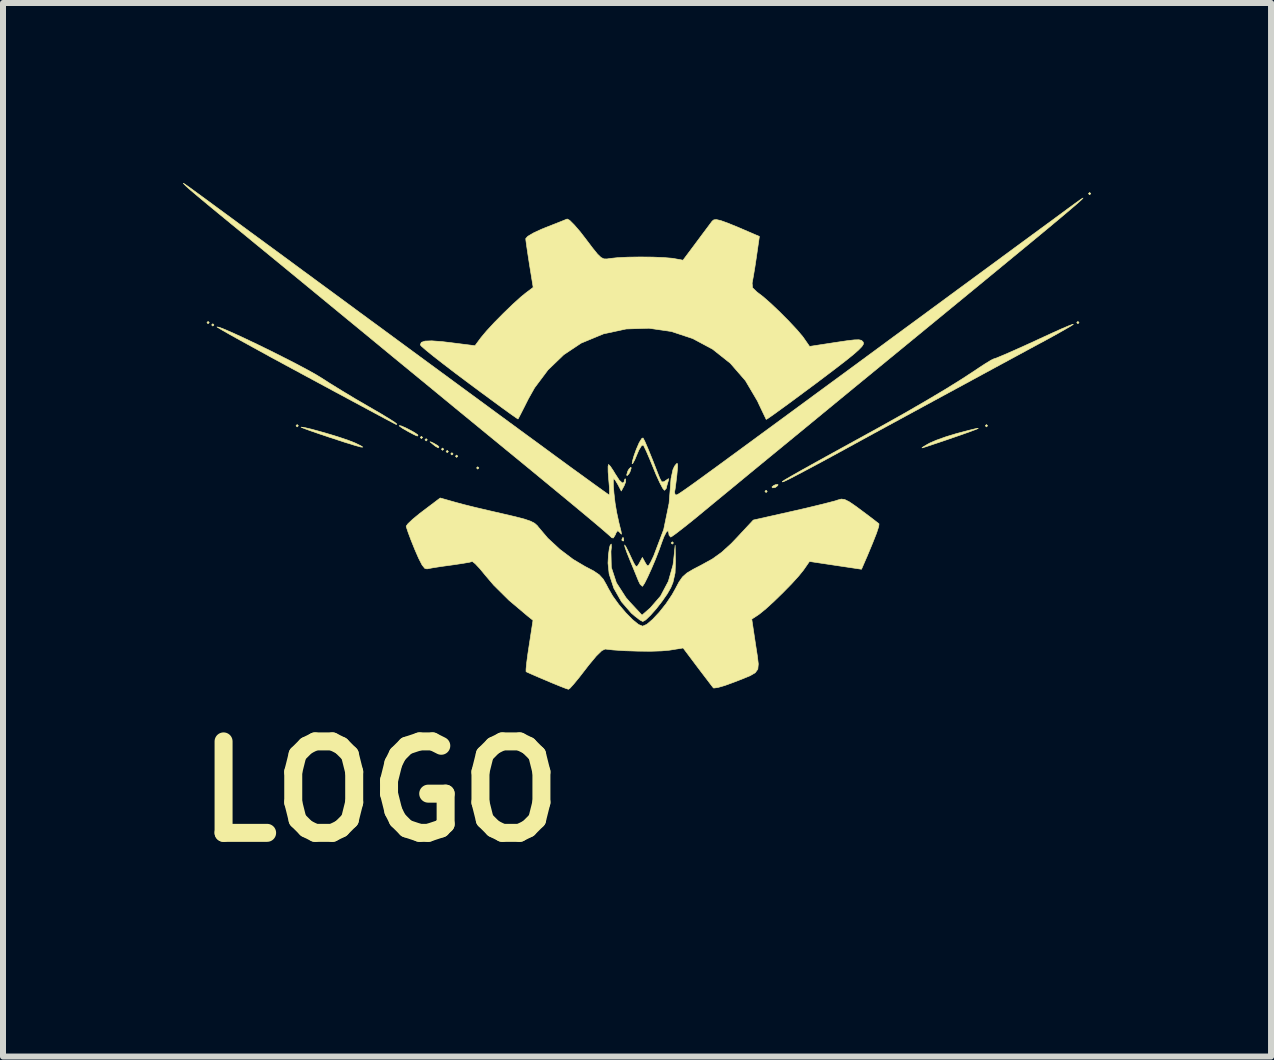
<source format=kicad_pcb>
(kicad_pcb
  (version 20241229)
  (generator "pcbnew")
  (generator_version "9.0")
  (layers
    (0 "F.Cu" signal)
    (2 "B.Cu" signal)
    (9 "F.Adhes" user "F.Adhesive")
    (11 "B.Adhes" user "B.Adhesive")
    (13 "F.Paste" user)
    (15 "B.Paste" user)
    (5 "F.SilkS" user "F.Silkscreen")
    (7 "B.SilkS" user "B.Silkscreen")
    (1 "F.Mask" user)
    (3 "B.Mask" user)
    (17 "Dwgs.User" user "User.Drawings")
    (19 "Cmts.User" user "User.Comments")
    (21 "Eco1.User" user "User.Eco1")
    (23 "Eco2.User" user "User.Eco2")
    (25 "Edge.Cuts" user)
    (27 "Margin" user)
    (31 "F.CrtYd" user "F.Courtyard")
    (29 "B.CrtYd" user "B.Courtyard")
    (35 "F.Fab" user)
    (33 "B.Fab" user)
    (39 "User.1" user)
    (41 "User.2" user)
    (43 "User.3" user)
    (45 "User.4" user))
  (footprint "LOGO"
    (layer "F.Cu")
    (at 7.589 3.792)
    (property "Reference" "LOGO" (at -4.3 6.35 0) (layer "F.SilkS") (effects (font (size 1.524 1.524) (thickness 0.3))))
    (attr through_hole)
    (fp_poly (pts (xy -7.151 -1.465) (xy -7.171 -1.446) (xy -7.19 -1.465) (xy -7.171 -1.485) (xy -7.151 -1.465)) (stroke (width 0.01) (type solid)) (fill yes) (layer "F.SilkS"))
    (fp_poly (pts (xy -7.073 -1.426) (xy -7.092 -1.407) (xy -7.112 -1.426) (xy -7.092 -1.446) (xy -7.073 -1.426)) (stroke (width 0.01) (type solid)) (fill yes) (layer "F.SilkS"))
    (fp_poly (pts (xy -5.666 0.254) (xy -5.686 0.274) (xy -5.705 0.254) (xy -5.686 0.234) (xy -5.666 0.254)) (stroke (width 0.01) (type solid)) (fill yes) (layer "F.SilkS"))
    (fp_poly (pts (xy -3.595 0.449) (xy -3.615 0.469) (xy -3.634 0.449) (xy -3.615 0.43) (xy -3.595 0.449)) (stroke (width 0.01) (type solid)) (fill yes) (layer "F.SilkS"))
    (fp_poly (pts (xy -3.517 0.488) (xy -3.536 0.508) (xy -3.556 0.488) (xy -3.536 0.469) (xy -3.517 0.488)) (stroke (width 0.01) (type solid)) (fill yes) (layer "F.SilkS"))
    (fp_poly (pts (xy -3.243 0.645) (xy -3.263 0.664) (xy -3.282 0.645) (xy -3.263 0.625) (xy -3.243 0.645)) (stroke (width 0.01) (type solid)) (fill yes) (layer "F.SilkS"))
    (fp_poly (pts (xy -3.165 0.684) (xy -3.185 0.703) (xy -3.204 0.684) (xy -3.185 0.664) (xy -3.165 0.684)) (stroke (width 0.01) (type solid)) (fill yes) (layer "F.SilkS"))
    (fp_poly (pts (xy -3.087 0.723) (xy -3.107 0.742) (xy -3.126 0.723) (xy -3.107 0.703) (xy -3.087 0.723)) (stroke (width 0.01) (type solid)) (fill yes) (layer "F.SilkS"))
    (fp_poly (pts (xy -3.009 0.762) (xy -3.028 0.782) (xy -3.048 0.762) (xy -3.028 0.742) (xy -3.009 0.762)) (stroke (width 0.01) (type solid)) (fill yes) (layer "F.SilkS"))
    (fp_poly (pts (xy -2.657 0.957) (xy -2.677 0.977) (xy -2.696 0.957) (xy -2.677 0.938) (xy -2.657 0.957)) (stroke (width 0.01) (type solid)) (fill yes) (layer "F.SilkS"))
    (fp_poly (pts (xy 0.586 2.208) (xy 0.567 2.227) (xy 0.547 2.208) (xy 0.567 2.188) (xy 0.586 2.208)) (stroke (width 0.01) (type solid)) (fill yes) (layer "F.SilkS"))
    (fp_poly (pts (xy 2.149 1.348) (xy 2.13 1.368) (xy 2.11 1.348) (xy 2.13 1.329) (xy 2.149 1.348)) (stroke (width 0.01) (type solid)) (fill yes) (layer "F.SilkS"))
    (fp_poly (pts (xy 5.822 0.254) (xy 5.803 0.274) (xy 5.783 0.254) (xy 5.803 0.234) (xy 5.822 0.254)) (stroke (width 0.01) (type solid)) (fill yes) (layer "F.SilkS"))
    (fp_poly (pts (xy 7.346 -1.465) (xy 7.327 -1.446) (xy 7.307 -1.465) (xy 7.327 -1.485) (xy 7.346 -1.465)) (stroke (width 0.01) (type solid)) (fill yes) (layer "F.SilkS"))
    (fp_poly (pts (xy 7.542 -3.615) (xy 7.522 -3.595) (xy 7.503 -3.615) (xy 7.522 -3.634) (xy 7.542 -3.615)) (stroke (width 0.01) (type solid)) (fill yes) (layer "F.SilkS"))
    (fp_poly (pts (xy -0.247 2.123) (xy -0.243 2.17) (xy -0.247 2.175) (xy -0.271 2.17) (xy -0.274 2.149) (xy -0.259 2.117) (xy -0.247 2.123)) (stroke (width 0.01) (type solid)) (fill yes) (layer "F.SilkS"))
    (fp_poly (pts (xy 2.325 1.251) (xy 2.283 1.283) (xy 2.238 1.289) (xy 2.227 1.274) (xy 2.258 1.249) (xy 2.288 1.236) (xy 2.328 1.233) (xy 2.325 1.251)) (stroke (width 0.01) (type solid)) (fill yes) (layer "F.SilkS"))
    (fp_poly (pts (xy -3.458 0.523) (xy -3.409 0.546) (xy -3.343 0.585) (xy -3.322 0.607) (xy -3.334 0.623) (xy -3.381 0.596) (xy -3.422 0.564) (xy -3.472 0.522) (xy -3.458 0.523)) (stroke (width 0.01) (type solid)) (fill yes) (layer "F.SilkS"))
    (fp_poly (pts (xy -0.118 0.957) (xy -0.138 1.022) (xy -0.156 1.055) (xy -0.187 1.086) (xy -0.194 1.075) (xy -0.175 1.01) (xy -0.156 0.977) (xy -0.125 0.946) (xy -0.118 0.957)) (stroke (width 0.01) (type solid)) (fill yes) (layer "F.SilkS"))
    (fp_poly (pts (xy -3.955 0.256) (xy -3.877 0.289) (xy -3.83 0.313) (xy -3.736 0.364) (xy -3.68 0.402) (xy -3.673 0.411) (xy -3.676 0.425) (xy -3.698 0.421) (xy -3.756 0.393) (xy -3.839 0.349) (xy -3.929 0.297) (xy -3.981 0.26) (xy -3.986 0.252) (xy -3.955 0.256)) (stroke (width 0.01) (type solid)) (fill yes) (layer "F.SilkS"))
    (fp_poly (pts (xy 5.641 0.31) (xy 5.543 0.347) (xy 5.372 0.408) (xy 5.256 0.448) (xy 5.07 0.512) (xy 4.911 0.565) (xy 4.795 0.604) (xy 4.734 0.622) (xy 4.728 0.623) (xy 4.747 0.606) (xy 4.816 0.566) (xy 4.859 0.542) (xy 4.973 0.493) (xy 5.13 0.437) (xy 5.298 0.386) (xy 5.309 0.383) (xy 5.499 0.333) (xy 5.618 0.304) (xy 5.666 0.296) (xy 5.641 0.31)) (stroke (width 0.01) (type solid)) (fill yes) (layer "F.SilkS"))
    (fp_poly (pts (xy -5.56 0.285) (xy -5.445 0.312) (xy -5.295 0.353) (xy -5.129 0.401) (xy -4.966 0.452) (xy -4.826 0.5) (xy -4.729 0.538) (xy -4.726 0.539) (xy -4.627 0.587) (xy -4.592 0.61) (xy -4.623 0.609) (xy -4.722 0.582) (xy -4.891 0.53) (xy -5.132 0.451) (xy -5.139 0.449) (xy -5.32 0.388) (xy -5.47 0.336) (xy -5.573 0.298) (xy -5.62 0.279) (xy -5.62 0.277) (xy -5.56 0.285)) (stroke (width 0.01) (type solid)) (fill yes) (layer "F.SilkS"))
    (fp_poly (pts (xy -0.449 2.28) (xy -0.456 2.348) (xy -0.45 2.613) (xy -0.366 2.87) (xy -0.207 3.117) (xy -0.144 3.19) (xy 0.062 3.411) (xy 0.199 3.291) (xy 0.371 3.093) (xy 0.501 2.847) (xy 0.578 2.576) (xy 0.588 2.502) (xy 0.614 2.247) (xy 0.62 2.511) (xy 0.613 2.708) (xy 0.578 2.864) (xy 0.542 2.952) (xy 0.482 3.057) (xy 0.396 3.18) (xy 0.299 3.305) (xy 0.203 3.413) (xy 0.123 3.49) (xy 0.075 3.517) (xy 0.028 3.493) (xy -0.054 3.43) (xy -0.116 3.377) (xy -0.28 3.188) (xy -0.408 2.962) (xy -0.486 2.724) (xy -0.505 2.544) (xy -0.498 2.407) (xy -0.482 2.292) (xy -0.469 2.247) (xy -0.451 2.226) (xy -0.449 2.28)) (stroke (width 0.01) (type solid)) (fill yes) (layer "F.SilkS"))
    (fp_poly (pts (xy 0.108 0.513) (xy 0.162 0.638) (xy 0.24 0.83) (xy 0.34 1.086) (xy 0.357 1.128) (xy 0.39 1.19) (xy 0.43 1.187) (xy 0.457 1.167) (xy 0.504 1.135) (xy 0.504 1.161) (xy 0.496 1.185) (xy 0.473 1.263) (xy 0.469 1.293) (xy 0.44 1.328) (xy 0.434 1.329) (xy 0.406 1.295) (xy 0.358 1.203) (xy 0.297 1.07) (xy 0.255 0.967) (xy 0.191 0.811) (xy 0.135 0.681) (xy 0.095 0.597) (xy 0.081 0.575) (xy 0.052 0.589) (xy 0.009 0.66) (xy -0.018 0.723) (xy -0.06 0.823) (xy -0.092 0.881) (xy -0.103 0.887) (xy -0.098 0.845) (xy -0.071 0.752) (xy -0.034 0.649) (xy 0.014 0.538) (xy 0.056 0.469) (xy 0.078 0.457) (xy 0.108 0.513)) (stroke (width 0.01) (type solid)) (fill yes) (layer "F.SilkS"))
    (fp_poly (pts (xy -6.98 -1.385) (xy -6.881 -1.346) (xy -6.735 -1.282) (xy -6.555 -1.199) (xy -6.351 -1.102) (xy -6.136 -0.997) (xy -5.921 -0.889) (xy -5.717 -0.785) (xy -5.536 -0.689) (xy -5.39 -0.608) (xy -5.295 -0.551) (xy -5.137 -0.45) (xy -4.936 -0.326) (xy -4.719 -0.195) (xy -4.509 -0.073) (xy -4.504 -0.07) (xy -4.295 0.051) (xy -4.15 0.139) (xy -4.061 0.196) (xy -4.024 0.226) (xy -4.033 0.234) (xy -4.035 0.233) (xy -4.07 0.215) (xy -4.167 0.164) (xy -4.319 0.083) (xy -4.518 -0.024) (xy -4.758 -0.153) (xy -5.032 -0.3) (xy -5.332 -0.462) (xy -5.54 -0.574) (xy -5.853 -0.743) (xy -6.143 -0.9) (xy -6.403 -1.043) (xy -6.627 -1.166) (xy -6.807 -1.266) (xy -6.936 -1.34) (xy -7.009 -1.383) (xy -7.022 -1.393) (xy -6.98 -1.385)) (stroke (width 0.01) (type solid)) (fill yes) (layer "F.SilkS"))
    (fp_poly (pts (xy 7.222 -1.416) (xy 7.135 -1.365) (xy 7.002 -1.289) (xy 6.832 -1.195) (xy 6.689 -1.118) (xy 6.522 -1.028) (xy 6.299 -0.907) (xy 6.031 -0.762) (xy 5.73 -0.599) (xy 5.41 -0.425) (xy 5.081 -0.247) (xy 4.755 -0.07) (xy 4.446 0.098) (xy 4.164 0.251) (xy 3.923 0.382) (xy 3.733 0.486) (xy 3.693 0.508) (xy 3.34 0.701) (xy 3.051 0.858) (xy 2.821 0.981) (xy 2.645 1.074) (xy 2.52 1.139) (xy 2.441 1.177) (xy 2.403 1.191) (xy 2.401 1.184) (xy 2.403 1.182) (xy 2.446 1.154) (xy 2.549 1.094) (xy 2.704 1.006) (xy 2.901 0.896) (xy 3.134 0.767) (xy 3.392 0.625) (xy 3.536 0.546) (xy 4.016 0.282) (xy 4.434 0.048) (xy 4.797 -0.162) (xy 5.115 -0.351) (xy 5.393 -0.524) (xy 5.642 -0.687) (xy 5.674 -0.709) (xy 5.789 -0.784) (xy 5.878 -0.838) (xy 5.923 -0.86) (xy 5.923 -0.86) (xy 5.972 -0.876) (xy 6.087 -0.924) (xy 6.261 -1) (xy 6.49 -1.103) (xy 6.768 -1.231) (xy 6.912 -1.297) (xy 7.056 -1.362) (xy 7.17 -1.41) (xy 7.239 -1.436) (xy 7.251 -1.437) (xy 7.222 -1.416)) (stroke (width 0.01) (type solid)) (fill yes) (layer "F.SilkS"))
    (fp_poly (pts (xy -7.559 -3.773) (xy -7.515 -3.743) (xy -7.444 -3.692) (xy -7.34 -3.616) (xy -7.198 -3.512) (xy -7.013 -3.376) (xy -6.78 -3.205) (xy -6.494 -2.994) (xy -6.194 -2.774) (xy -5.895 -2.555) (xy -5.601 -2.338) (xy -5.319 -2.131) (xy -5.06 -1.941) (xy -4.833 -1.774) (xy -4.649 -1.638) (xy -4.516 -1.541) (xy -4.499 -1.528) (xy -4.391 -1.449) (xy -4.226 -1.328) (xy -4.014 -1.172) (xy -3.761 -0.986) (xy -3.475 -0.776) (xy -3.162 -0.546) (xy -2.831 -0.303) (xy -2.489 -0.052) (xy -2.299 0.088) (xy -1.969 0.33) (xy -1.657 0.558) (xy -1.371 0.768) (xy -1.115 0.955) (xy -0.894 1.115) (xy -0.716 1.244) (xy -0.585 1.338) (xy -0.506 1.394) (xy -0.485 1.407) (xy -0.48 1.371) (xy -0.482 1.279) (xy -0.493 1.153) (xy -0.503 1.024) (xy -0.504 0.932) (xy -0.496 0.899) (xy -0.466 0.93) (xy -0.414 1.008) (xy -0.386 1.055) (xy -0.317 1.162) (xy -0.265 1.209) (xy -0.237 1.193) (xy -0.234 1.166) (xy -0.22 1.138) (xy -0.212 1.143) (xy -0.211 1.19) (xy -0.236 1.254) (xy -0.284 1.342) (xy -0.338 1.238) (xy -0.382 1.164) (xy -0.411 1.133) (xy -0.411 1.133) (xy -0.417 1.169) (xy -0.415 1.261) (xy -0.406 1.377) (xy -0.387 1.542) (xy -0.361 1.697) (xy -0.322 1.876) (xy -0.288 2.012) (xy -0.28 2.062) (xy -0.301 2.043) (xy -0.308 2.033) (xy -0.342 2.002) (xy -0.37 2.037) (xy -0.382 2.069) (xy -0.416 2.125) (xy -0.442 2.121) (xy -0.48 2.085) (xy -0.575 2.002) (xy -0.726 1.874) (xy -0.928 1.705) (xy -1.18 1.496) (xy -1.478 1.25) (xy -1.819 0.969) (xy -2.201 0.656) (xy -2.501 0.41) (xy -2.606 0.324) (xy -2.764 0.194) (xy -2.968 0.027) (xy -3.21 -0.172) (xy -3.482 -0.396) (xy -3.778 -0.639) (xy -4.09 -0.895) (xy -4.41 -1.159) (xy -4.497 -1.231) (xy -4.832 -1.506) (xy -5.171 -1.785) (xy -5.505 -2.06) (xy -5.825 -2.323) (xy -6.122 -2.567) (xy -6.387 -2.784) (xy -6.611 -2.968) (xy -6.785 -3.11) (xy -6.797 -3.12) (xy -6.998 -3.285) (xy -7.181 -3.436) (xy -7.337 -3.566) (xy -7.455 -3.666) (xy -7.527 -3.729) (xy -7.542 -3.743) (xy -7.559 -3.761) (xy -7.575 -3.777) (xy -7.584 -3.787) (xy -7.58 -3.787) (xy -7.559 -3.773)) (stroke (width 0.01) (type solid)) (fill yes) (layer "F.SilkS"))
    (fp_poly (pts (xy 7.395 -3.521) (xy 7.331 -3.462) (xy 7.217 -3.364) (xy 7.053 -3.225) (xy 6.835 -3.043) (xy 6.563 -2.818) (xy 6.234 -2.547) (xy 5.848 -2.229) (xy 5.51 -1.951) (xy 4.811 -1.377) (xy 4.171 -0.852) (xy 3.589 -0.375) (xy 3.065 0.056) (xy 2.598 0.44) (xy 2.186 0.778) (xy 1.828 1.072) (xy 1.524 1.323) (xy 1.272 1.53) (xy 1.071 1.696) (xy 1.057 1.708) (xy 0.891 1.844) (xy 0.745 1.96) (xy 0.631 2.048) (xy 0.558 2.1) (xy 0.539 2.11) (xy 0.512 2.078) (xy 0.508 2.044) (xy 0.496 2.003) (xy 0.467 2.026) (xy 0.427 2.104) (xy 0.395 2.188) (xy 0.345 2.329) (xy 0.284 2.485) (xy 0.218 2.64) (xy 0.156 2.776) (xy 0.105 2.878) (xy 0.072 2.928) (xy 0.067 2.93) (xy 0.032 2.899) (xy 0.004 2.843) (xy -0.029 2.762) (xy -0.08 2.637) (xy -0.132 2.512) (xy -0.191 2.365) (xy -0.223 2.274) (xy -0.228 2.241) (xy -0.206 2.272) (xy -0.156 2.371) (xy -0.132 2.423) (xy -0.077 2.54) (xy -0.043 2.595) (xy -0.018 2.597) (xy 0.01 2.556) (xy 0.017 2.543) (xy 0.068 2.449) (xy 0.116 2.537) (xy 0.145 2.583) (xy 0.17 2.586) (xy 0.203 2.536) (xy 0.256 2.425) (xy 0.423 1.984) (xy 0.513 1.547) (xy 0.528 1.358) (xy 0.545 1.135) (xy 0.577 0.987) (xy 0.604 0.928) (xy 0.638 0.885) (xy 0.654 0.886) (xy 0.655 0.941) (xy 0.644 1.063) (xy 0.643 1.075) (xy 0.627 1.208) (xy 0.613 1.313) (xy 0.604 1.358) (xy 0.613 1.402) (xy 0.628 1.407) (xy 0.634 1.407) (xy 0.642 1.405) (xy 0.654 1.4) (xy 0.675 1.388) (xy 0.707 1.367) (xy 0.754 1.335) (xy 0.82 1.289) (xy 0.907 1.227) (xy 1.019 1.146) (xy 1.159 1.044) (xy 1.331 0.919) (xy 1.538 0.767) (xy 1.784 0.587) (xy 2.071 0.376) (xy 2.404 0.132) (xy 2.785 -0.148) (xy 3.218 -0.466) (xy 3.707 -0.825) (xy 4.254 -1.228) (xy 4.416 -1.347) (xy 4.83 -1.651) (xy 5.228 -1.944) (xy 5.606 -2.222) (xy 5.959 -2.481) (xy 6.281 -2.718) (xy 6.568 -2.929) (xy 6.815 -3.11) (xy 7.018 -3.259) (xy 7.171 -3.372) (xy 7.27 -3.444) (xy 7.307 -3.471) (xy 7.382 -3.524) (xy 7.412 -3.541) (xy 7.395 -3.521)) (stroke (width 0.01) (type solid)) (fill yes) (layer "F.SilkS"))
    (fp_poly (pts (xy -1.144 -3.17) (xy -1.07 -3.096) (xy -0.972 -2.983) (xy -0.876 -2.859) (xy -0.761 -2.707) (xy -0.681 -2.608) (xy -0.622 -2.551) (xy -0.573 -2.527) (xy -0.522 -2.526) (xy -0.472 -2.534) (xy -0.349 -2.547) (xy -0.173 -2.556) (xy 0.031 -2.559) (xy 0.24 -2.557) (xy 0.427 -2.549) (xy 0.569 -2.537) (xy 0.597 -2.532) (xy 0.745 -2.505) (xy 0.969 -2.805) (xy 1.07 -2.941) (xy 1.157 -3.057) (xy 1.216 -3.136) (xy 1.232 -3.157) (xy 1.259 -3.178) (xy 1.302 -3.182) (xy 1.374 -3.166) (xy 1.485 -3.126) (xy 1.646 -3.061) (xy 1.839 -2.978) (xy 2.018 -2.901) (xy 1.968 -2.554) (xy 1.943 -2.388) (xy 1.919 -2.244) (xy 1.901 -2.145) (xy 1.897 -2.124) (xy 1.904 -2.046) (xy 1.975 -1.977) (xy 1.983 -1.971) (xy 2.082 -1.895) (xy 2.215 -1.778) (xy 2.364 -1.636) (xy 2.512 -1.487) (xy 2.642 -1.348) (xy 2.737 -1.236) (xy 2.754 -1.213) (xy 2.855 -1.068) (xy 3.285 -1.134) (xy 3.474 -1.162) (xy 3.599 -1.177) (xy 3.676 -1.179) (xy 3.72 -1.169) (xy 3.744 -1.146) (xy 3.751 -1.135) (xy 3.752 -1.107) (xy 3.727 -1.067) (xy 3.67 -1.008) (xy 3.575 -0.925) (xy 3.435 -0.813) (xy 3.245 -0.667) (xy 2.999 -0.481) (xy 2.963 -0.454) (xy 2.743 -0.291) (xy 2.545 -0.144) (xy 2.376 -0.021) (xy 2.246 0.073) (xy 2.162 0.131) (xy 2.132 0.149) (xy 2.113 0.11) (xy 2.069 0.018) (xy 2.008 -0.11) (xy 1.987 -0.156) (xy 1.786 -0.497) (xy 1.534 -0.787) (xy 1.238 -1.022) (xy 0.907 -1.199) (xy 0.551 -1.317) (xy 0.178 -1.371) (xy -0.202 -1.359) (xy -0.581 -1.277) (xy -0.95 -1.124) (xy -0.954 -1.122) (xy -1.242 -0.93) (xy -1.505 -0.677) (xy -1.729 -0.378) (xy -1.833 -0.193) (xy -1.905 -0.05) (xy -1.962 0.062) (xy -1.998 0.13) (xy -2.005 0.142) (xy -2.037 0.121) (xy -2.123 0.061) (xy -2.256 -0.035) (xy -2.425 -0.159) (xy -2.625 -0.306) (xy -2.823 -0.453) (xy -3.042 -0.617) (xy -3.238 -0.767) (xy -3.404 -0.896) (xy -3.531 -0.999) (xy -3.61 -1.067) (xy -3.634 -1.095) (xy -3.616 -1.136) (xy -3.555 -1.157) (xy -3.442 -1.161) (xy -3.268 -1.148) (xy -3.119 -1.13) (xy -2.722 -1.08) (xy -2.623 -1.214) (xy -2.532 -1.323) (xy -2.402 -1.464) (xy -2.25 -1.618) (xy -2.096 -1.767) (xy -1.959 -1.891) (xy -1.882 -1.954) (xy -1.752 -2.052) (xy -1.814 -2.432) (xy -1.84 -2.6) (xy -1.861 -2.742) (xy -1.874 -2.838) (xy -1.876 -2.866) (xy -1.841 -2.904) (xy -1.748 -2.959) (xy -1.612 -3.022) (xy -1.553 -3.046) (xy -1.403 -3.105) (xy -1.279 -3.154) (xy -1.2 -3.186) (xy -1.185 -3.192) (xy -1.144 -3.17)) (stroke (width 0.01) (type solid)) (fill yes) (layer "F.SilkS"))
    (fp_poly (pts (xy -3.048 1.53) (xy -2.911 1.567) (xy -2.722 1.614) (xy -2.505 1.665) (xy -2.284 1.716) (xy -2.266 1.72) (xy -2.051 1.77) (xy -1.898 1.81) (xy -1.795 1.845) (xy -1.728 1.88) (xy -1.683 1.92) (xy -1.664 1.945) (xy -1.509 2.128) (xy -1.308 2.314) (xy -1.087 2.481) (xy -0.89 2.598) (xy -0.745 2.674) (xy -0.651 2.738) (xy -0.585 2.811) (xy -0.527 2.913) (xy -0.501 2.964) (xy -0.426 3.094) (xy -0.324 3.235) (xy -0.21 3.37) (xy -0.096 3.486) (xy 0.002 3.566) (xy 0.071 3.595) (xy 0.142 3.564) (xy 0.239 3.481) (xy 0.35 3.362) (xy 0.463 3.22) (xy 0.562 3.072) (xy 0.616 2.976) (xy 0.679 2.857) (xy 0.737 2.774) (xy 0.81 2.709) (xy 0.918 2.645) (xy 1.049 2.577) (xy 1.234 2.475) (xy 1.39 2.363) (xy 1.547 2.22) (xy 1.64 2.123) (xy 1.917 1.826) (xy 2.571 1.679) (xy 2.794 1.628) (xy 2.997 1.579) (xy 3.165 1.537) (xy 3.283 1.506) (xy 3.328 1.491) (xy 3.383 1.476) (xy 3.441 1.484) (xy 3.515 1.521) (xy 3.625 1.596) (xy 3.714 1.662) (xy 3.841 1.757) (xy 3.942 1.834) (xy 4.002 1.881) (xy 4.012 1.889) (xy 4.007 1.934) (xy 3.971 2.044) (xy 3.905 2.211) (xy 3.814 2.43) (xy 3.798 2.466) (xy 3.72 2.646) (xy 3.286 2.581) (xy 2.853 2.516) (xy 2.753 2.66) (xy 2.673 2.759) (xy 2.554 2.89) (xy 2.411 3.036) (xy 2.263 3.18) (xy 2.126 3.305) (xy 2.018 3.393) (xy 1.991 3.412) (xy 1.891 3.477) (xy 1.956 3.909) (xy 1.985 4.096) (xy 2 4.225) (xy 1.992 4.311) (xy 1.949 4.371) (xy 1.863 4.421) (xy 1.724 4.478) (xy 1.584 4.532) (xy 1.441 4.584) (xy 1.327 4.617) (xy 1.26 4.626) (xy 1.251 4.623) (xy 1.217 4.58) (xy 1.148 4.489) (xy 1.054 4.366) (xy 0.985 4.275) (xy 0.747 3.958) (xy 0.52 3.995) (xy 0.389 4.007) (xy 0.205 4.013) (xy -0.008 4.011) (xy -0.225 4.004) (xy -0.421 3.991) (xy -0.553 3.976) (xy -0.609 4.003) (xy -0.701 4.093) (xy -0.825 4.242) (xy -0.876 4.308) (xy -0.983 4.446) (xy -1.074 4.557) (xy -1.138 4.628) (xy -1.164 4.647) (xy -1.21 4.632) (xy -1.31 4.593) (xy -1.447 4.537) (xy -1.524 4.504) (xy -1.671 4.442) (xy -1.788 4.391) (xy -1.859 4.359) (xy -1.871 4.352) (xy -1.871 4.311) (xy -1.861 4.209) (xy -1.842 4.063) (xy -1.82 3.919) (xy -1.755 3.497) (xy -1.844 3.426) (xy -2.158 3.161) (xy -2.41 2.911) (xy -2.547 2.75) (xy -2.641 2.636) (xy -2.717 2.555) (xy -2.763 2.518) (xy -2.769 2.517) (xy -2.818 2.53) (xy -2.924 2.548) (xy -3.069 2.57) (xy -3.127 2.578) (xy -3.287 2.6) (xy -3.421 2.621) (xy -3.507 2.637) (xy -3.521 2.64) (xy -3.559 2.631) (xy -3.604 2.575) (xy -3.662 2.462) (xy -3.726 2.315) (xy -3.788 2.161) (xy -3.836 2.033) (xy -3.864 1.949) (xy -3.869 1.928) (xy -3.839 1.887) (xy -3.761 1.813) (xy -3.647 1.719) (xy -3.585 1.672) (xy -3.302 1.458) (xy -3.048 1.53)) (stroke (width 0.01) (type solid)) (fill yes) (layer "F.SilkS")))
  (gr_rect
    (start -3 -3)
    (end 18.135 14.56)
    (stroke (width 0.1) (type default))
    (fill no)
    (layer "Edge.Cuts")))
</source>
